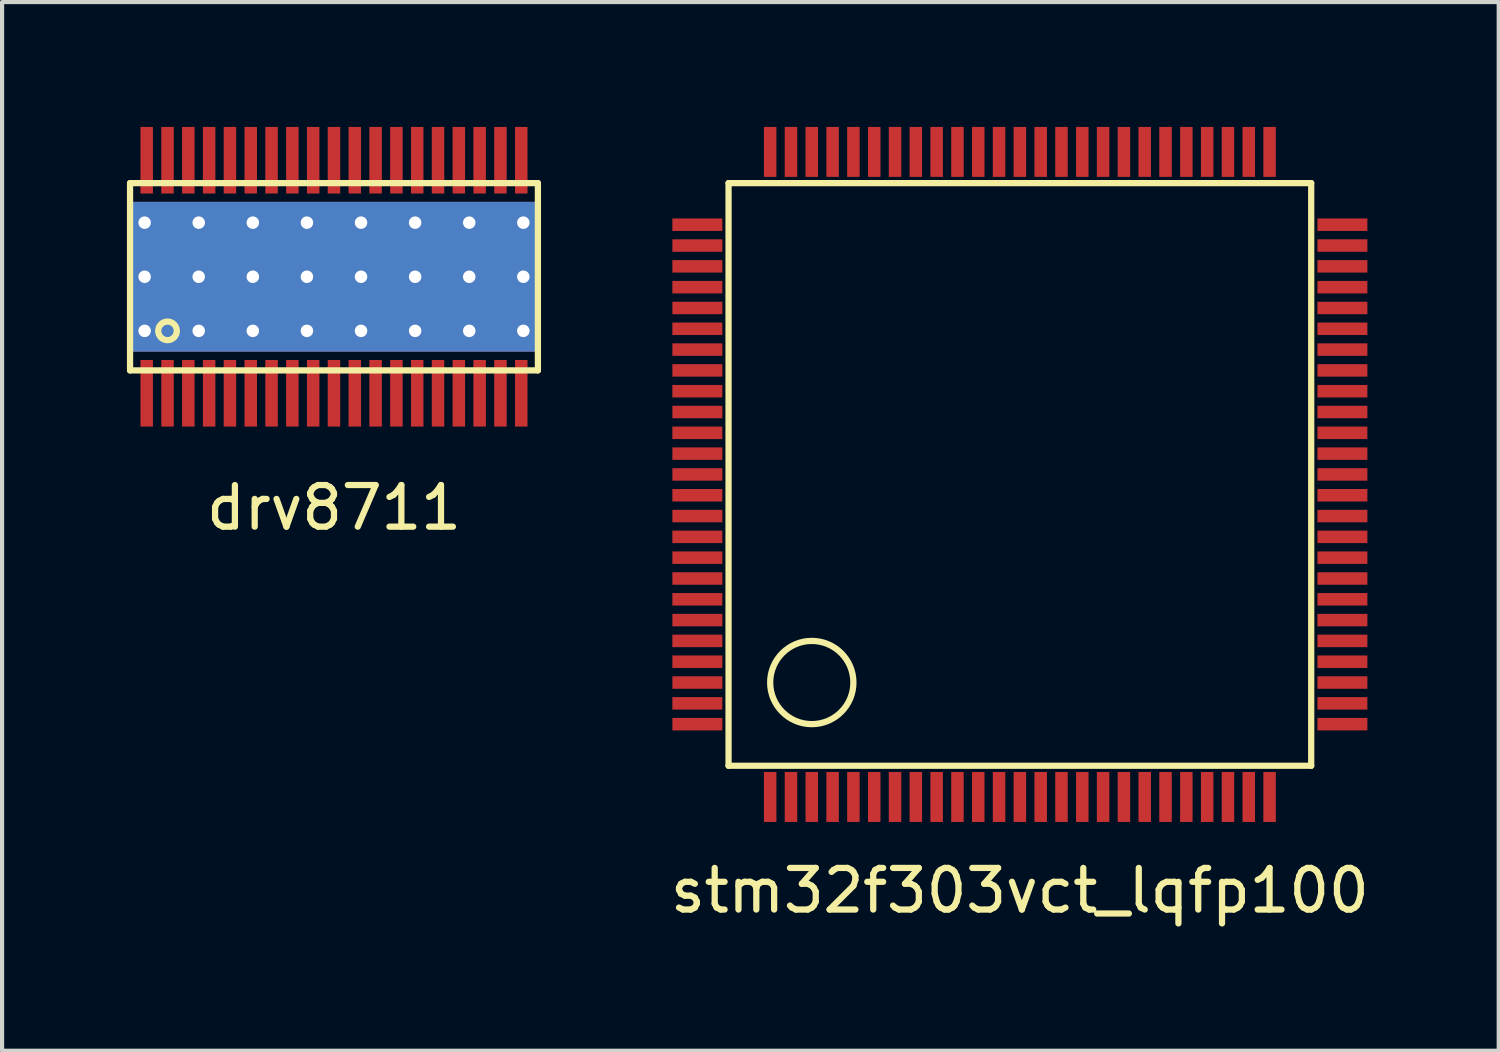
<source format=kicad_pcb>
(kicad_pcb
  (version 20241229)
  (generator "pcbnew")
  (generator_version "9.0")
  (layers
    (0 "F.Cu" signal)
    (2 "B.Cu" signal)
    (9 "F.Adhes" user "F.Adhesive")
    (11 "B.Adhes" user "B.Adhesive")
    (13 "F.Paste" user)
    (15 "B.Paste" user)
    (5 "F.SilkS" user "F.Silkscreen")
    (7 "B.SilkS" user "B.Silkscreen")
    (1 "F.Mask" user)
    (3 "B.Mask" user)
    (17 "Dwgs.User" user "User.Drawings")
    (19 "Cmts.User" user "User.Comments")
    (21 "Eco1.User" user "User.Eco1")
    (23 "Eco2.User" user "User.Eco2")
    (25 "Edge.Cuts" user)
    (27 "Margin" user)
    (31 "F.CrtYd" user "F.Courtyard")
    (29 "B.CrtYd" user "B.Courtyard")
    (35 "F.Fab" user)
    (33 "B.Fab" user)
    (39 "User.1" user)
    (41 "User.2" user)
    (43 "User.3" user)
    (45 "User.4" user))
  (footprint "drv8711"
    (layer "F.Cu")
    (at 4.975 3.6)
    (property "Reference" "drv8711" (at 0 5.55 0) (layer "F.SilkS") (effects (font (size 1 1) (thickness 0.15))))
    (attr through_hole)
    (fp_line (start -4.9 -2.25) (end -4.9 2.25) (stroke (width 0.15) (type solid)) (layer "F.SilkS"))
    (fp_line (start -4.9 -2.25) (end 4.9 -2.25) (stroke (width 0.15) (type solid)) (layer "F.SilkS"))
    (fp_line (start -4.9 2.25) (end 4.9 2.25) (stroke (width 0.15) (type solid)) (layer "F.SilkS"))
    (fp_line (start 4.9 -2.25) (end 4.9 2.25) (stroke (width 0.15) (type solid)) (layer "F.SilkS"))
    (fp_circle (center -4 1.3) (end -3.9 1.5) (stroke (width 0.15) (type solid)) (fill no) (layer "F.SilkS"))
    (pad "1" smd rect (at -4.5 2.8) (size 0.3 1.6) (layers "F.Cu" "F.Mask" "F.Paste"))
    (pad "2" smd rect (at -4 2.8) (size 0.3 1.6) (layers "F.Cu" "F.Mask" "F.Paste"))
    (pad "3" smd rect (at -3.5 2.8) (size 0.3 1.6) (layers "F.Cu" "F.Mask" "F.Paste"))
    (pad "4" smd rect (at -3 2.8) (size 0.3 1.6) (layers "F.Cu" "F.Mask" "F.Paste"))
    (pad "5" smd rect (at -2.5 2.8) (size 0.3 1.6) (layers "F.Cu" "F.Mask" "F.Paste"))
    (pad "6" smd rect (at -2 2.8) (size 0.3 1.6) (layers "F.Cu" "F.Mask" "F.Paste"))
    (pad "7" smd rect (at -1.5 2.8) (size 0.3 1.6) (layers "F.Cu" "F.Mask" "F.Paste"))
    (pad "8" smd rect (at -1 2.8) (size 0.3 1.6) (layers "F.Cu" "F.Mask" "F.Paste"))
    (pad "9" smd rect (at -0.5 2.8) (size 0.3 1.6) (layers "F.Cu" "F.Mask" "F.Paste"))
    (pad "10" smd rect (at 0 2.8) (size 0.3 1.6) (layers "F.Cu" "F.Mask" "F.Paste"))
    (pad "11" smd rect (at 0.5 2.8) (size 0.3 1.6) (layers "F.Cu" "F.Mask" "F.Paste"))
    (pad "12" smd rect (at 1 2.8) (size 0.3 1.6) (layers "F.Cu" "F.Mask" "F.Paste"))
    (pad "13" smd rect (at 1.5 2.8) (size 0.3 1.6) (layers "F.Cu" "F.Mask" "F.Paste"))
    (pad "14" smd rect (at 2 2.8) (size 0.3 1.6) (layers "F.Cu" "F.Mask" "F.Paste"))
    (pad "15" smd rect (at 2.5 2.8) (size 0.3 1.6) (layers "F.Cu" "F.Mask" "F.Paste"))
    (pad "16" smd rect (at 3 2.8) (size 0.3 1.6) (layers "F.Cu" "F.Mask" "F.Paste"))
    (pad "17" smd rect (at 3.5 2.8) (size 0.3 1.6) (layers "F.Cu" "F.Mask" "F.Paste"))
    (pad "18" smd rect (at 4 2.8) (size 0.3 1.6) (layers "F.Cu" "F.Mask" "F.Paste"))
    (pad "19" smd rect (at 4.5 2.8) (size 0.3 1.6) (layers "F.Cu" "F.Mask" "F.Paste"))
    (pad "20" smd rect (at 4.5 -2.8) (size 0.3 1.6) (layers "F.Cu" "F.Mask" "F.Paste"))
    (pad "21" smd rect (at 4 -2.8) (size 0.3 1.6) (layers "F.Cu" "F.Mask" "F.Paste"))
    (pad "22" smd rect (at 3.5 -2.8) (size 0.3 1.6) (layers "F.Cu" "F.Mask" "F.Paste"))
    (pad "23" smd rect (at 3 -2.8) (size 0.3 1.6) (layers "F.Cu" "F.Mask" "F.Paste"))
    (pad "24" smd rect (at 2.5 -2.8) (size 0.3 1.6) (layers "F.Cu" "F.Mask" "F.Paste"))
    (pad "25" smd rect (at 2 -2.8) (size 0.3 1.6) (layers "F.Cu" "F.Mask" "F.Paste"))
    (pad "26" smd rect (at 1.5 -2.8) (size 0.3 1.6) (layers "F.Cu" "F.Mask" "F.Paste"))
    (pad "27" smd rect (at 1 -2.8) (size 0.3 1.6) (layers "F.Cu" "F.Mask" "F.Paste"))
    (pad "28" smd rect (at 0.5 -2.8) (size 0.3 1.6) (layers "F.Cu" "F.Mask" "F.Paste"))
    (pad "29" smd rect (at 0 -2.8) (size 0.3 1.6) (layers "F.Cu" "F.Mask" "F.Paste"))
    (pad "30" smd rect (at -0.5 -2.8) (size 0.3 1.6) (layers "F.Cu" "F.Mask" "F.Paste"))
    (pad "31" smd rect (at -1 -2.8) (size 0.3 1.6) (layers "F.Cu" "F.Mask" "F.Paste"))
    (pad "32" smd rect (at -1.5 -2.8) (size 0.3 1.6) (layers "F.Cu" "F.Mask" "F.Paste"))
    (pad "33" smd rect (at -2 -2.8) (size 0.3 1.6) (layers "F.Cu" "F.Mask" "F.Paste"))
    (pad "34" smd rect (at -2.5 -2.8) (size 0.3 1.6) (layers "F.Cu" "F.Mask" "F.Paste"))
    (pad "35" smd rect (at -3 -2.8) (size 0.3 1.6) (layers "F.Cu" "F.Mask" "F.Paste"))
    (pad "36" smd rect (at -3.5 -2.8) (size 0.3 1.6) (layers "F.Cu" "F.Mask" "F.Paste"))
    (pad "37" smd rect (at -4 -2.8) (size 0.3 1.6) (layers "F.Cu" "F.Mask" "F.Paste"))
    (pad "38" thru_hole circle (at -4.55 -1.3) (size 0.4 0.4) (drill 0.3) (layers "*.Cu"))
    (pad "38" thru_hole circle (at -4.55 0) (size 0.4 0.4) (drill 0.3) (layers "*.Cu"))
    (pad "38" thru_hole circle (at -4.55 1.3) (size 0.4 0.4) (drill 0.3) (layers "*.Cu"))
    (pad "38" smd rect (at -4.5 -2.8) (size 0.3 1.6) (layers "F.Cu" "F.Mask" "F.Paste"))
    (pad "38" thru_hole circle (at -3.25 -1.3) (size 0.4 0.4) (drill 0.3) (layers "*.Cu"))
    (pad "38" thru_hole circle (at -3.25 0) (size 0.4 0.4) (drill 0.3) (layers "*.Cu"))
    (pad "38" thru_hole circle (at -3.25 1.3) (size 0.4 0.4) (drill 0.3) (layers "*.Cu"))
    (pad "38" thru_hole circle (at -1.95 -1.3) (size 0.4 0.4) (drill 0.3) (layers "*.Cu"))
    (pad "38" thru_hole circle (at -1.95 0) (size 0.4 0.4) (drill 0.3) (layers "*.Cu"))
    (pad "38" thru_hole circle (at -1.95 1.3) (size 0.4 0.4) (drill 0.3) (layers "*.Cu"))
    (pad "38" thru_hole circle (at -0.65 -1.3) (size 0.4 0.4) (drill 0.3) (layers "*.Cu"))
    (pad "38" thru_hole circle (at -0.65 0) (size 0.4 0.4) (drill 0.3) (layers "*.Cu"))
    (pad "38" thru_hole circle (at -0.65 1.3) (size 0.4 0.4) (drill 0.3) (layers "*.Cu"))
    (pad "38" smd rect (at 0 0) (size 4.48 2.9) (layers "F.Cu" "F.Mask"))
    (pad "38" smd rect (at 0 0) (size 9.7 3.6) (layers "F.Cu" "F.Paste"))
    (pad "38" smd rect (at 0 0) (size 9.7 3.6) (layers "B.Cu" "B.Mask" "F.Paste"))
    (pad "38" thru_hole circle (at 0.65 -1.3) (size 0.4 0.4) (drill 0.3) (layers "*.Cu"))
    (pad "38" thru_hole circle (at 0.65 0) (size 0.4 0.4) (drill 0.3) (layers "*.Cu"))
    (pad "38" thru_hole circle (at 0.65 1.3) (size 0.4 0.4) (drill 0.3) (layers "*.Cu"))
    (pad "38" thru_hole circle (at 1.95 -1.3) (size 0.4 0.4) (drill 0.3) (layers "*.Cu"))
    (pad "38" thru_hole circle (at 1.95 0) (size 0.4 0.4) (drill 0.3) (layers "*.Cu"))
    (pad "38" thru_hole circle (at 1.95 1.3) (size 0.4 0.4) (drill 0.3) (layers "*.Cu"))
    (pad "38" thru_hole circle (at 3.25 -1.3) (size 0.4 0.4) (drill 0.3) (layers "*.Cu"))
    (pad "38" thru_hole circle (at 3.25 0) (size 0.4 0.4) (drill 0.3) (layers "*.Cu"))
    (pad "38" thru_hole circle (at 3.25 1.3) (size 0.4 0.4) (drill 0.3) (layers "*.Cu"))
    (pad "38" thru_hole circle (at 4.55 -1.3) (size 0.4 0.4) (drill 0.3) (layers "*.Cu"))
    (pad "38" thru_hole circle (at 4.55 0) (size 0.4 0.4) (drill 0.3) (layers "*.Cu"))
    (pad "38" thru_hole circle (at 4.55 1.3) (size 0.4 0.4) (drill 0.3) (layers "*.Cu")))
  (footprint "stm32f303vct_lqfp100"
    (layer "F.Cu")
    (at 21.456 8.35)
    (property "Reference" "stm32f303vct_lqfp100" (at 0 10 0) (layer "F.SilkS") (effects (font (size 1 1) (thickness 0.15))))
    (attr through_hole)
    (fp_line (start -7 -7) (end 7 -7) (stroke (width 0.15) (type solid)) (layer "F.SilkS"))
    (fp_line (start -7 7) (end -7 -7) (stroke (width 0.15) (type solid)) (layer "F.SilkS"))
    (fp_line (start 7 -7) (end 7 7) (stroke (width 0.15) (type solid)) (layer "F.SilkS"))
    (fp_line (start 7 7) (end -7 7) (stroke (width 0.15) (type solid)) (layer "F.SilkS"))
    (fp_circle (center -5 5) (end -5 6) (stroke (width 0.15) (type solid)) (fill no) (layer "F.SilkS"))
    (pad "1" smd rect (at -6 7.75) (size 0.3 1.2) (layers "F.Cu" "F.Mask" "F.Paste"))
    (pad "2" smd rect (at -5.5 7.75) (size 0.3 1.2) (layers "F.Cu" "F.Mask" "F.Paste"))
    (pad "3" smd rect (at -5 7.75) (size 0.3 1.2) (layers "F.Cu" "F.Mask" "F.Paste"))
    (pad "4" smd rect (at -4.5 7.75) (size 0.3 1.2) (layers "F.Cu" "F.Mask" "F.Paste"))
    (pad "5" smd rect (at -4 7.75) (size 0.3 1.2) (layers "F.Cu" "F.Mask" "F.Paste"))
    (pad "6" smd rect (at -3.5 7.75) (size 0.3 1.2) (layers "F.Cu" "F.Mask" "F.Paste"))
    (pad "7" smd rect (at -3 7.75) (size 0.3 1.2) (layers "F.Cu" "F.Mask" "F.Paste"))
    (pad "8" smd rect (at -2.5 7.75) (size 0.3 1.2) (layers "F.Cu" "F.Mask" "F.Paste"))
    (pad "9" smd rect (at -2 7.75) (size 0.3 1.2) (layers "F.Cu" "F.Mask" "F.Paste"))
    (pad "10" smd rect (at -1.5 7.75) (size 0.3 1.2) (layers "F.Cu" "F.Mask" "F.Paste"))
    (pad "11" smd rect (at -1 7.75) (size 0.3 1.2) (layers "F.Cu" "F.Mask" "F.Paste"))
    (pad "12" smd rect (at -0.5 7.75) (size 0.3 1.2) (layers "F.Cu" "F.Mask" "F.Paste"))
    (pad "13" smd rect (at 0 7.75) (size 0.3 1.2) (layers "F.Cu" "F.Mask" "F.Paste"))
    (pad "14" smd rect (at 0.5 7.75) (size 0.3 1.2) (layers "F.Cu" "F.Mask" "F.Paste"))
    (pad "15" smd rect (at 1 7.75) (size 0.3 1.2) (layers "F.Cu" "F.Mask" "F.Paste"))
    (pad "16" smd rect (at 1.5 7.75) (size 0.3 1.2) (layers "F.Cu" "F.Mask" "F.Paste"))
    (pad "17" smd rect (at 2 7.75) (size 0.3 1.2) (layers "F.Cu" "F.Mask" "F.Paste"))
    (pad "18" smd rect (at 2.5 7.75) (size 0.3 1.2) (layers "F.Cu" "F.Mask" "F.Paste"))
    (pad "19" smd rect (at 3 7.75) (size 0.3 1.2) (layers "F.Cu" "F.Mask" "F.Paste"))
    (pad "20" smd rect (at 3.5 7.75) (size 0.3 1.2) (layers "F.Cu" "F.Mask" "F.Paste"))
    (pad "21" smd rect (at 4 7.75) (size 0.3 1.2) (layers "F.Cu" "F.Mask" "F.Paste"))
    (pad "22" smd rect (at 4.5 7.75) (size 0.3 1.2) (layers "F.Cu" "F.Mask" "F.Paste"))
    (pad "23" smd rect (at 5 7.75) (size 0.3 1.2) (layers "F.Cu" "F.Mask" "F.Paste"))
    (pad "24" smd rect (at 5.5 7.75) (size 0.3 1.2) (layers "F.Cu" "F.Mask" "F.Paste"))
    (pad "25" smd rect (at 6 7.75) (size 0.3 1.2) (layers "F.Cu" "F.Mask" "F.Paste"))
    (pad "26" smd rect (at 7.75 6 90) (size 0.3 1.2) (layers "F.Cu" "F.Mask" "F.Paste"))
    (pad "27" smd rect (at 7.75 5.5 90) (size 0.3 1.2) (layers "F.Cu" "F.Mask" "F.Paste"))
    (pad "28" smd rect (at 7.75 5 90) (size 0.3 1.2) (layers "F.Cu" "F.Mask" "F.Paste"))
    (pad "29" smd rect (at 7.75 4.5 90) (size 0.3 1.2) (layers "F.Cu" "F.Mask" "F.Paste"))
    (pad "30" smd rect (at 7.75 4 90) (size 0.3 1.2) (layers "F.Cu" "F.Mask" "F.Paste"))
    (pad "31" smd rect (at 7.75 3.5 90) (size 0.3 1.2) (layers "F.Cu" "F.Mask" "F.Paste"))
    (pad "32" smd rect (at 7.75 3 90) (size 0.3 1.2) (layers "F.Cu" "F.Mask" "F.Paste"))
    (pad "33" smd rect (at 7.75 2.5 90) (size 0.3 1.2) (layers "F.Cu" "F.Mask" "F.Paste"))
    (pad "34" smd rect (at 7.75 2 90) (size 0.3 1.2) (layers "F.Cu" "F.Mask" "F.Paste"))
    (pad "35" smd rect (at 7.75 1.5 90) (size 0.3 1.2) (layers "F.Cu" "F.Mask" "F.Paste"))
    (pad "36" smd rect (at 7.75 1 90) (size 0.3 1.2) (layers "F.Cu" "F.Mask" "F.Paste"))
    (pad "37" smd rect (at 7.75 0.5 90) (size 0.3 1.2) (layers "F.Cu" "F.Mask" "F.Paste"))
    (pad "38" smd rect (at 7.75 0 90) (size 0.3 1.2) (layers "F.Cu" "F.Mask" "F.Paste"))
    (pad "39" smd rect (at 7.75 -0.5 90) (size 0.3 1.2) (layers "F.Cu" "F.Mask" "F.Paste"))
    (pad "40" smd rect (at 7.75 -1 90) (size 0.3 1.2) (layers "F.Cu" "F.Mask" "F.Paste"))
    (pad "41" smd rect (at 7.75 -1.5 90) (size 0.3 1.2) (layers "F.Cu" "F.Mask" "F.Paste"))
    (pad "42" smd rect (at 7.75 -2 90) (size 0.3 1.2) (layers "F.Cu" "F.Mask" "F.Paste"))
    (pad "43" smd rect (at 7.75 -2.5 90) (size 0.3 1.2) (layers "F.Cu" "F.Mask" "F.Paste"))
    (pad "44" smd rect (at 7.75 -3 90) (size 0.3 1.2) (layers "F.Cu" "F.Mask" "F.Paste"))
    (pad "45" smd rect (at 7.75 -3.5 90) (size 0.3 1.2) (layers "F.Cu" "F.Mask" "F.Paste"))
    (pad "46" smd rect (at 7.75 -4 90) (size 0.3 1.2) (layers "F.Cu" "F.Mask" "F.Paste"))
    (pad "47" smd rect (at 7.75 -4.5 90) (size 0.3 1.2) (layers "F.Cu" "F.Mask" "F.Paste"))
    (pad "48" smd rect (at 7.75 -5 90) (size 0.3 1.2) (layers "F.Cu" "F.Mask" "F.Paste"))
    (pad "49" smd rect (at 7.75 -5.5 90) (size 0.3 1.2) (layers "F.Cu" "F.Mask" "F.Paste"))
    (pad "50" smd rect (at 7.75 -6 90) (size 0.3 1.2) (layers "F.Cu" "F.Mask" "F.Paste"))
    (pad "51" smd rect (at 6 -7.75) (size 0.3 1.2) (layers "F.Cu" "F.Mask" "F.Paste"))
    (pad "52" smd rect (at 5.5 -7.75) (size 0.3 1.2) (layers "F.Cu" "F.Mask" "F.Paste"))
    (pad "53" smd rect (at 5 -7.75) (size 0.3 1.2) (layers "F.Cu" "F.Mask" "F.Paste"))
    (pad "54" smd rect (at 4.5 -7.75) (size 0.3 1.2) (layers "F.Cu" "F.Mask" "F.Paste"))
    (pad "55" smd rect (at 4 -7.75) (size 0.3 1.2) (layers "F.Cu" "F.Mask" "F.Paste"))
    (pad "56" smd rect (at 3.5 -7.75) (size 0.3 1.2) (layers "F.Cu" "F.Mask" "F.Paste"))
    (pad "57" smd rect (at 3 -7.75) (size 0.3 1.2) (layers "F.Cu" "F.Mask" "F.Paste"))
    (pad "58" smd rect (at 2.5 -7.75) (size 0.3 1.2) (layers "F.Cu" "F.Mask" "F.Paste"))
    (pad "59" smd rect (at 2 -7.75) (size 0.3 1.2) (layers "F.Cu" "F.Mask" "F.Paste"))
    (pad "60" smd rect (at 1.5 -7.75) (size 0.3 1.2) (layers "F.Cu" "F.Mask" "F.Paste"))
    (pad "61" smd rect (at 1 -7.75) (size 0.3 1.2) (layers "F.Cu" "F.Mask" "F.Paste"))
    (pad "62" smd rect (at 0.5 -7.75) (size 0.3 1.2) (layers "F.Cu" "F.Mask" "F.Paste"))
    (pad "63" smd rect (at 0 -7.75) (size 0.3 1.2) (layers "F.Cu" "F.Mask" "F.Paste"))
    (pad "64" smd rect (at -0.5 -7.75) (size 0.3 1.2) (layers "F.Cu" "F.Mask" "F.Paste"))
    (pad "65" smd rect (at -1 -7.75) (size 0.3 1.2) (layers "F.Cu" "F.Mask" "F.Paste"))
    (pad "66" smd rect (at -1.5 -7.75) (size 0.3 1.2) (layers "F.Cu" "F.Mask" "F.Paste"))
    (pad "67" smd rect (at -2 -7.75) (size 0.3 1.2) (layers "F.Cu" "F.Mask" "F.Paste"))
    (pad "68" smd rect (at -2.5 -7.75) (size 0.3 1.2) (layers "F.Cu" "F.Mask" "F.Paste"))
    (pad "69" smd rect (at -3 -7.75) (size 0.3 1.2) (layers "F.Cu" "F.Mask" "F.Paste"))
    (pad "70" smd rect (at -3.5 -7.75) (size 0.3 1.2) (layers "F.Cu" "F.Mask" "F.Paste"))
    (pad "71" smd rect (at -4 -7.75) (size 0.3 1.2) (layers "F.Cu" "F.Mask" "F.Paste"))
    (pad "72" smd rect (at -4.5 -7.75) (size 0.3 1.2) (layers "F.Cu" "F.Mask" "F.Paste"))
    (pad "73" smd rect (at -5 -7.75) (size 0.3 1.2) (layers "F.Cu" "F.Mask" "F.Paste"))
    (pad "74" smd rect (at -5.5 -7.75) (size 0.3 1.2) (layers "F.Cu" "F.Mask" "F.Paste"))
    (pad "75" smd rect (at -6 -7.75) (size 0.3 1.2) (layers "F.Cu" "F.Mask" "F.Paste"))
    (pad "76" smd rect (at -7.75 -6 90) (size 0.3 1.2) (layers "F.Cu" "F.Mask" "F.Paste"))
    (pad "77" smd rect (at -7.75 -5.5 90) (size 0.3 1.2) (layers "F.Cu" "F.Mask" "F.Paste"))
    (pad "78" smd rect (at -7.75 -5 90) (size 0.3 1.2) (layers "F.Cu" "F.Mask" "F.Paste"))
    (pad "79" smd rect (at -7.75 -4.5 90) (size 0.3 1.2) (layers "F.Cu" "F.Mask" "F.Paste"))
    (pad "80" smd rect (at -7.75 -4 90) (size 0.3 1.2) (layers "F.Cu" "F.Mask" "F.Paste"))
    (pad "81" smd rect (at -7.75 -3.5 90) (size 0.3 1.2) (layers "F.Cu" "F.Mask" "F.Paste"))
    (pad "82" smd rect (at -7.75 -3 90) (size 0.3 1.2) (layers "F.Cu" "F.Mask" "F.Paste"))
    (pad "83" smd rect (at -7.75 -2.5 90) (size 0.3 1.2) (layers "F.Cu" "F.Mask" "F.Paste"))
    (pad "84" smd rect (at -7.75 -2 90) (size 0.3 1.2) (layers "F.Cu" "F.Mask" "F.Paste"))
    (pad "85" smd rect (at -7.75 -1.5 90) (size 0.3 1.2) (layers "F.Cu" "F.Mask" "F.Paste"))
    (pad "86" smd rect (at -7.75 -1 90) (size 0.3 1.2) (layers "F.Cu" "F.Mask" "F.Paste"))
    (pad "87" smd rect (at -7.75 -0.5 90) (size 0.3 1.2) (layers "F.Cu" "F.Mask" "F.Paste"))
    (pad "88" smd rect (at -7.75 0 90) (size 0.3 1.2) (layers "F.Cu" "F.Mask" "F.Paste"))
    (pad "89" smd rect (at -7.75 0.5 90) (size 0.3 1.2) (layers "F.Cu" "F.Mask" "F.Paste"))
    (pad "90" smd rect (at -7.75 1 90) (size 0.3 1.2) (layers "F.Cu" "F.Mask" "F.Paste"))
    (pad "91" smd rect (at -7.75 1.5 90) (size 0.3 1.2) (layers "F.Cu" "F.Mask" "F.Paste"))
    (pad "92" smd rect (at -7.75 2 90) (size 0.3 1.2) (layers "F.Cu" "F.Mask" "F.Paste"))
    (pad "93" smd rect (at -7.75 2.5 90) (size 0.3 1.2) (layers "F.Cu" "F.Mask" "F.Paste"))
    (pad "94" smd rect (at -7.75 3 90) (size 0.3 1.2) (layers "F.Cu" "F.Mask" "F.Paste"))
    (pad "95" smd rect (at -7.75 3.5 90) (size 0.3 1.2) (layers "F.Cu" "F.Mask" "F.Paste"))
    (pad "96" smd rect (at -7.75 4 90) (size 0.3 1.2) (layers "F.Cu" "F.Mask" "F.Paste"))
    (pad "97" smd rect (at -7.75 4.5 90) (size 0.3 1.2) (layers "F.Cu" "F.Mask" "F.Paste"))
    (pad "98" smd rect (at -7.75 5 90) (size 0.3 1.2) (layers "F.Cu" "F.Mask" "F.Paste"))
    (pad "99" smd rect (at -7.75 5.5 90) (size 0.3 1.2) (layers "F.Cu" "F.Mask" "F.Paste"))
    (pad "100" smd rect (at -7.75 6 90) (size 0.3 1.2) (layers "F.Cu" "F.Mask" "F.Paste")))
  (gr_rect
    (start -3 -3)
    (end 32.962 22.198)
    (stroke (width 0.1) (type default))
    (fill no)
    (layer "Edge.Cuts")))
</source>
